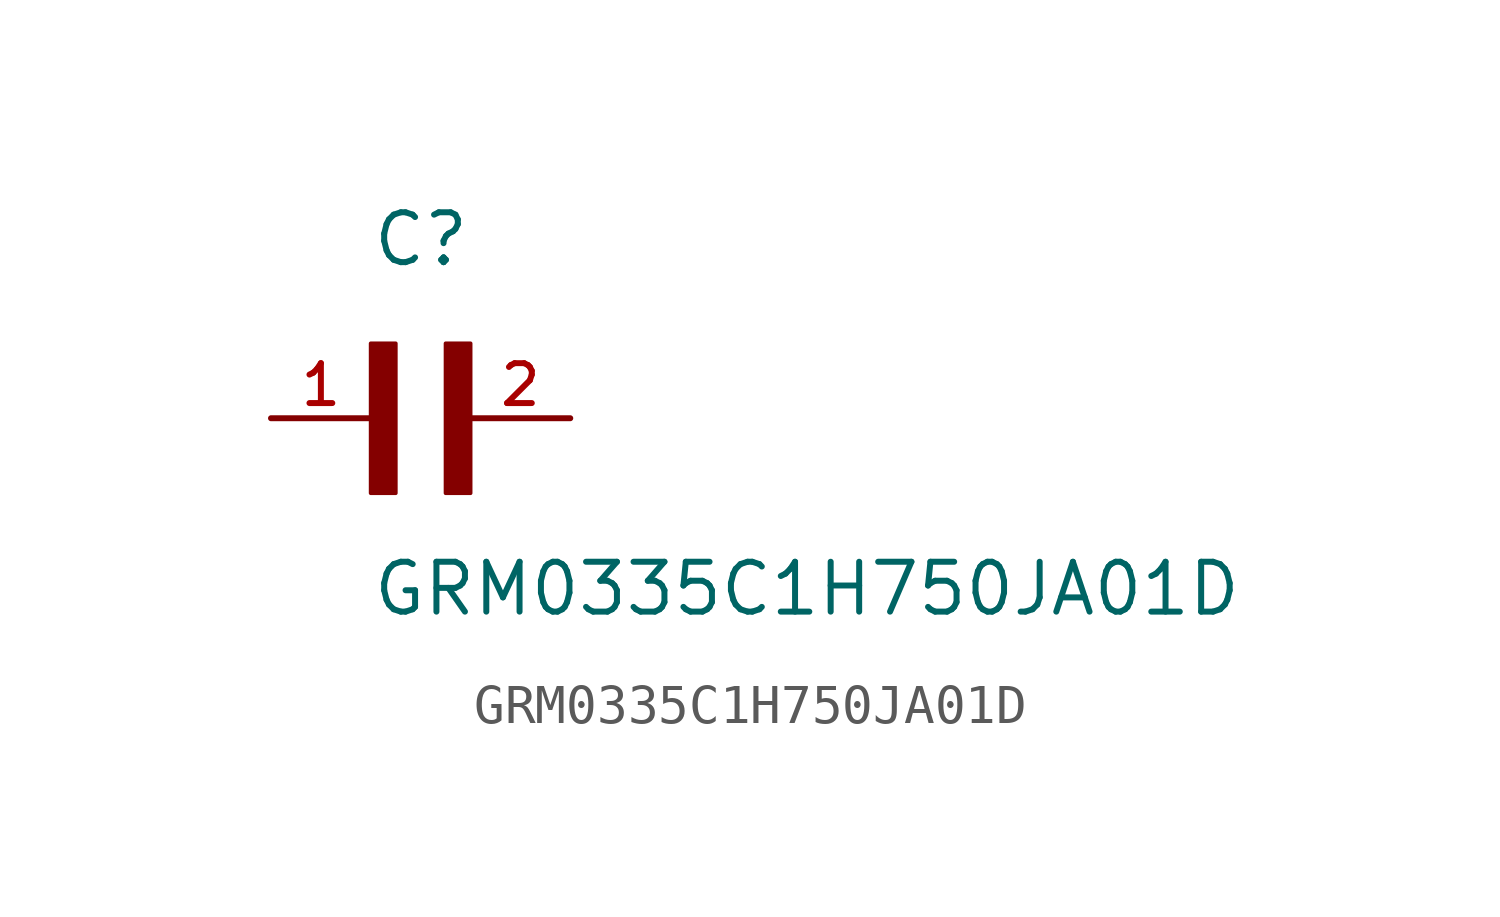
<source format=kicad_sym>
(kicad_symbol_lib
  (version 20211014)
  (generator kicad_symbol_editor)
  (symbol "GRM0335C1H750JA01D"
    (pin_names
      (offset 1.016))
    (property "Reference" "C"
      (at 0.0 3.811 0)
      (effects (font (size 1.27 1.27)) (justify bottom left)))
    (property "Value" "GRM0335C1H750JA01D"
      (at 0.0 -5.088 0)
      (effects (font (size 1.27 1.27)) (justify bottom left)))
    (symbol "GRM0335C1H750JA01D_0_0"
      (rectangle (start 0.0 -1.907) (end 0.635 1.905) (stroke (width 0.1)) (fill (type outline)))
      (rectangle (start 1.907 -1.907) (end 2.54 1.905) (stroke (width 0.1)) (fill (type outline)))
      (pin passive line (at 5.08 0.0 180.0) (length 2.54) (name "~" (effects (font (size 1.016 1.016)))) (number "2" (effects (font (size 1.016 1.016)))))
      (pin passive line (at -2.54 0.0 0) (length 2.54) (name "~" (effects (font (size 1.016 1.016)))) (number "1" (effects (font (size 1.016 1.016))))))))
</source>
